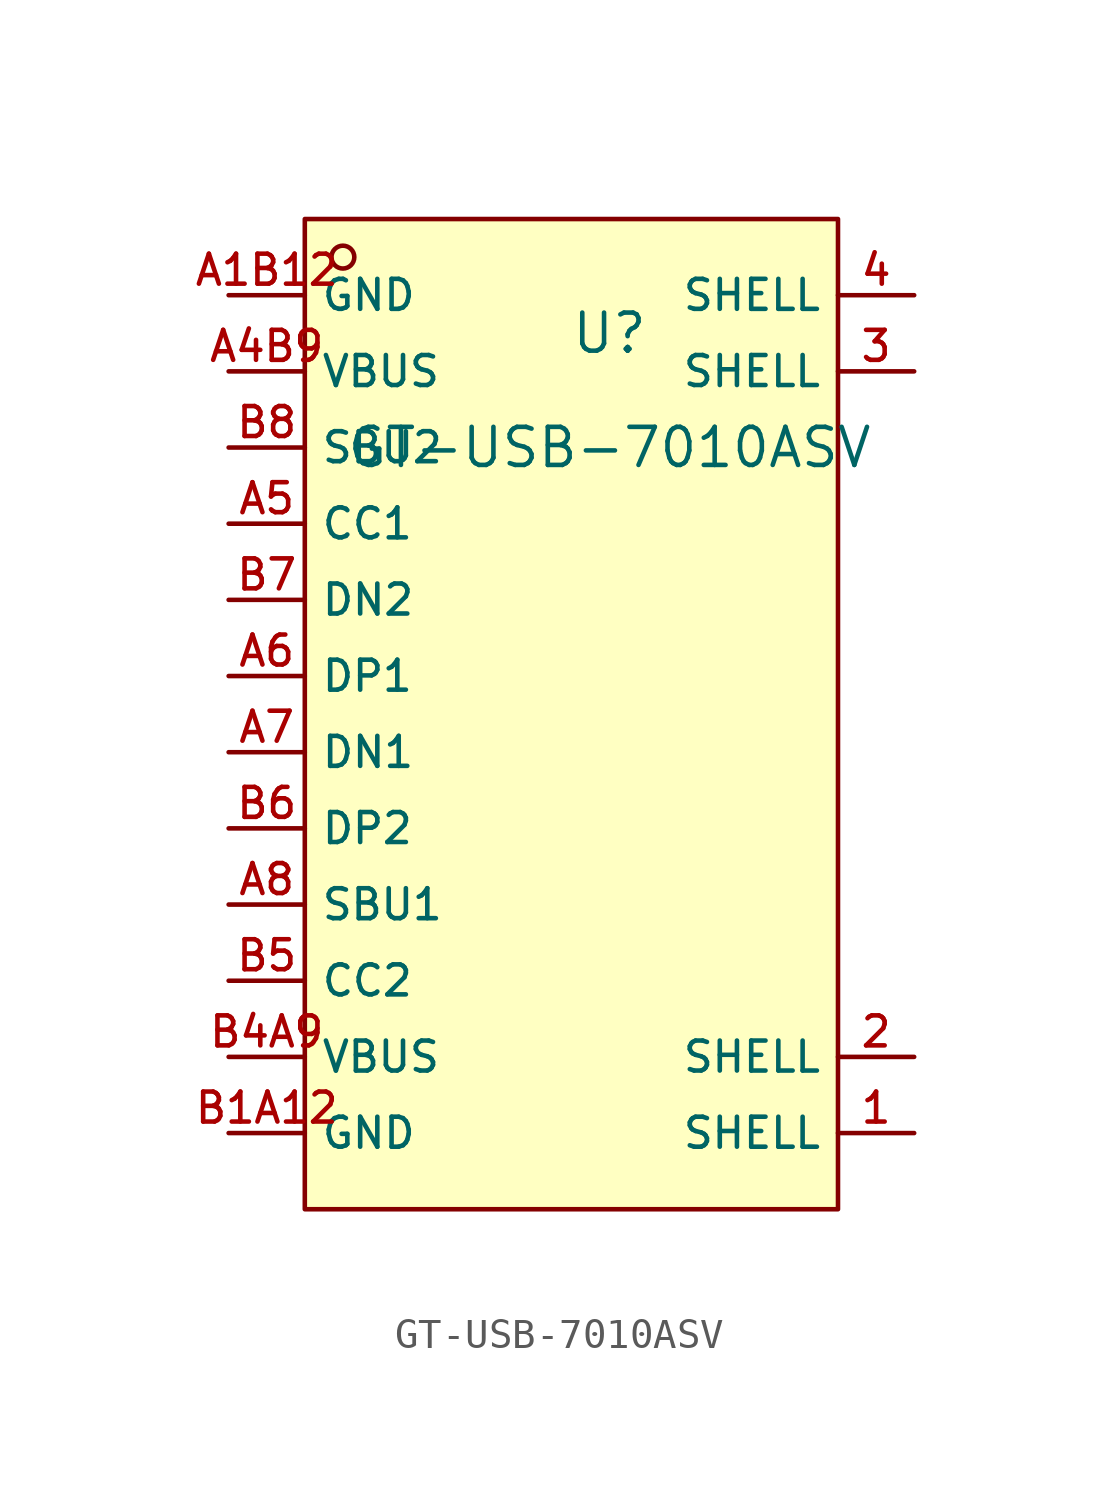
<source format=kicad_sym>
(kicad_symbol_lib
  (version 20210201)
  (generator TousstNicolas/JLC2KiCad_lib)
  (symbol "GT-USB-7010ASV"
    (property "Reference" "U"
      (at 0 1.27 0)
      (effects (font (size 1.27 1.27))))
    (property "Value" "GT-USB-7010ASV"
      (at 0 -2.54 0)
      (effects (font (size 1.27 1.27))))
    (symbol "GT-USB-7010ASV_0_0"
      (pin unspecified line (at 10.16 2.54 180) (length 2.54) (name "SHELL" (effects (font (size 1 1)))) (number "4" (effects (font (size 1 1)))))
      (pin unspecified line (at 10.16 0.0 180) (length 2.54) (name "SHELL" (effects (font (size 1 1)))) (number "3" (effects (font (size 1 1)))))
      (pin unspecified line (at 10.16 -22.86 180) (length 2.54) (name "SHELL" (effects (font (size 1 1)))) (number "2" (effects (font (size 1 1)))))
      (pin unspecified line (at 10.16 -25.4 180) (length 2.54) (name "SHELL" (effects (font (size 1 1)))) (number "1" (effects (font (size 1 1)))))
      (pin unspecified line (at -12.7 -25.4 0) (length 2.54) (name "GND" (effects (font (size 1 1)))) (number "B1A12" (effects (font (size 1 1)))))
      (pin unspecified line (at -12.7 -22.86 0) (length 2.54) (name "VBUS" (effects (font (size 1 1)))) (number "B4A9" (effects (font (size 1 1)))))
      (pin unspecified line (at -12.7 -20.32 0) (length 2.54) (name "CC2" (effects (font (size 1 1)))) (number "B5" (effects (font (size 1 1)))))
      (pin unspecified line (at -12.7 -17.78 0) (length 2.54) (name "SBU1" (effects (font (size 1 1)))) (number "A8" (effects (font (size 1 1)))))
      (pin unspecified line (at -12.7 -15.24 0) (length 2.54) (name "DP2" (effects (font (size 1 1)))) (number "B6" (effects (font (size 1 1)))))
      (pin unspecified line (at -12.7 -12.7 0) (length 2.54) (name "DN1" (effects (font (size 1 1)))) (number "A7" (effects (font (size 1 1)))))
      (pin unspecified line (at -12.7 -10.16 0) (length 2.54) (name "DP1" (effects (font (size 1 1)))) (number "A6" (effects (font (size 1 1)))))
      (pin unspecified line (at -12.7 -7.62 0) (length 2.54) (name "DN2" (effects (font (size 1 1)))) (number "B7" (effects (font (size 1 1)))))
      (pin unspecified line (at -12.7 -5.08 0) (length 2.54) (name "CC1" (effects (font (size 1 1)))) (number "A5" (effects (font (size 1 1)))))
      (pin unspecified line (at -12.7 -2.54 0) (length 2.54) (name "SBU2" (effects (font (size 1 1)))) (number "B8" (effects (font (size 1 1)))))
      (pin unspecified line (at -12.7 0.0 0) (length 2.54) (name "VBUS" (effects (font (size 1 1)))) (number "A4B9" (effects (font (size 1 1)))))
      (pin unspecified line (at -12.7 2.54 0) (length 2.54) (name "GND" (effects (font (size 1 1)))) (number "A1B12" (effects (font (size 1 1)))))
      (circle (center -8.89 3.81) (radius 0.381) (stroke (width 0) (type default) (color 0 0 0 0)) (fill (type background)))
      (rectangle (start -10.16 5.08) (end 7.62 -27.94) (stroke (width 0) (type default) (color 0 0 0 0)) (fill (type background))))))
</source>
